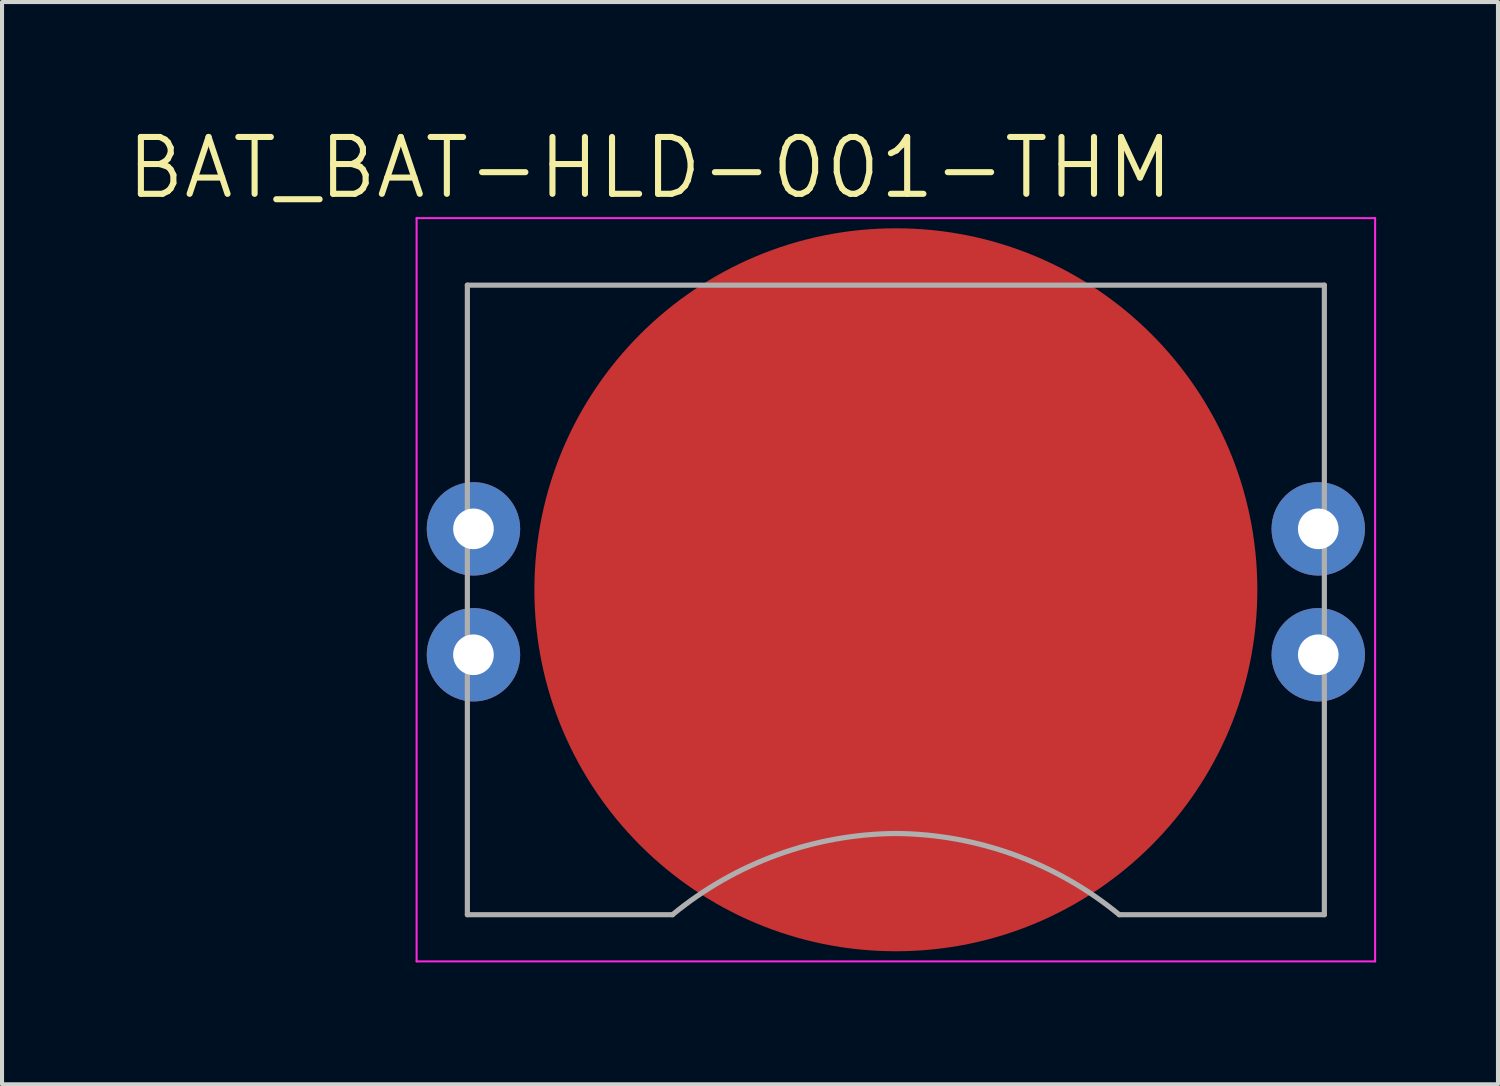
<source format=kicad_pcb>
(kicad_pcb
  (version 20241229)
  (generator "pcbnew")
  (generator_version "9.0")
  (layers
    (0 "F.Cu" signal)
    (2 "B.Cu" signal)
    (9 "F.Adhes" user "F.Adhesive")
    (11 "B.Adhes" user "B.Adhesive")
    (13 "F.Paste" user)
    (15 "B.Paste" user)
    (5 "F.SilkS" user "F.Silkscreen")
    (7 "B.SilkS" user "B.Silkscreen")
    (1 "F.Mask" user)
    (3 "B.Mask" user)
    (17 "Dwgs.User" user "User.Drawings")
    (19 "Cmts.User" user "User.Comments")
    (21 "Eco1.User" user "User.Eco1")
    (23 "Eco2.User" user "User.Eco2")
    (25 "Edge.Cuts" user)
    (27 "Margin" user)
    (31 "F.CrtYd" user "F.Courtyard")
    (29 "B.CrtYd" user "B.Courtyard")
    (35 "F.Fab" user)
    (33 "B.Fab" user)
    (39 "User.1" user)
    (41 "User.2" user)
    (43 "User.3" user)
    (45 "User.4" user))
  (footprint "BAT_BAT-HLD-001-THM"
    (layer "F.Cu")
    (at 19.007 11.471)
    (property "Reference" "BAT_BAT-HLD-001-THM" (at -6.055 -10.389 0) (layer "F.SilkS") (effects (font (size 1.4 1.4) (thickness 0.15))))
    (attr through_hole)
    (fp_line (start -11.8 -9.15) (end 11.8 -9.15) (stroke (width 0.05) (type solid)) (layer "F.CrtYd"))
    (fp_line (start -11.8 9.15) (end -11.8 -9.15) (stroke (width 0.05) (type solid)) (layer "F.CrtYd"))
    (fp_line (start 11.8 -9.15) (end 11.8 9.15) (stroke (width 0.05) (type solid)) (layer "F.CrtYd"))
    (fp_line (start 11.8 9.15) (end -11.8 9.15) (stroke (width 0.05) (type solid)) (layer "F.CrtYd"))
    (fp_line (start -10.55 -7.5) (end 10.55 -7.5) (stroke (width 0.127) (type solid)) (layer "F.Fab"))
    (fp_line (start -10.55 8) (end -10.55 -7.5) (stroke (width 0.127) (type solid)) (layer "F.Fab"))
    (fp_line (start -5.5 8) (end -10.55 8) (stroke (width 0.127) (type solid)) (layer "F.Fab"))
    (fp_line (start 10.55 -7.5) (end 10.55 8) (stroke (width 0.127) (type solid)) (layer "F.Fab"))
    (fp_line (start 10.55 8) (end 5.5 8) (stroke (width 0.127) (type solid)) (layer "F.Fab"))
    (fp_arc (start -5.5 8) (mid -2.922027 6.526926) (end 0 6) (stroke (width 0.127) (type solid)) (layer "F.Fab"))
    (fp_arc (start 0 6) (mid 2.922027 6.526926) (end 5.5 8) (stroke (width 0.127) (type solid)) (layer "F.Fab"))
    (pad "N" smd circle (at 0 0) (size 17.8 17.8) (layers "F.Cu" "F.Mask"))
    (pad "P1" thru_hole circle (at -10.4 -1.5) (size 2.3 2.3) (drill 1) (layers "*.Cu" "*.Mask"))
    (pad "P2" thru_hole circle (at -10.4 1.6) (size 2.3 2.3) (drill 1) (layers "*.Cu" "*.Mask"))
    (pad "P3" thru_hole circle (at 10.4 1.6) (size 2.3 2.3) (drill 1) (layers "*.Cu" "*.Mask"))
    (pad "P4" thru_hole circle (at 10.4 -1.5) (size 2.3 2.3) (drill 1) (layers "*.Cu" "*.Mask")))
  (gr_rect
    (start -3 -3)
    (end 33.832 23.646)
    (stroke (width 0.1) (type default))
    (fill no)
    (layer "Edge.Cuts")))
</source>
